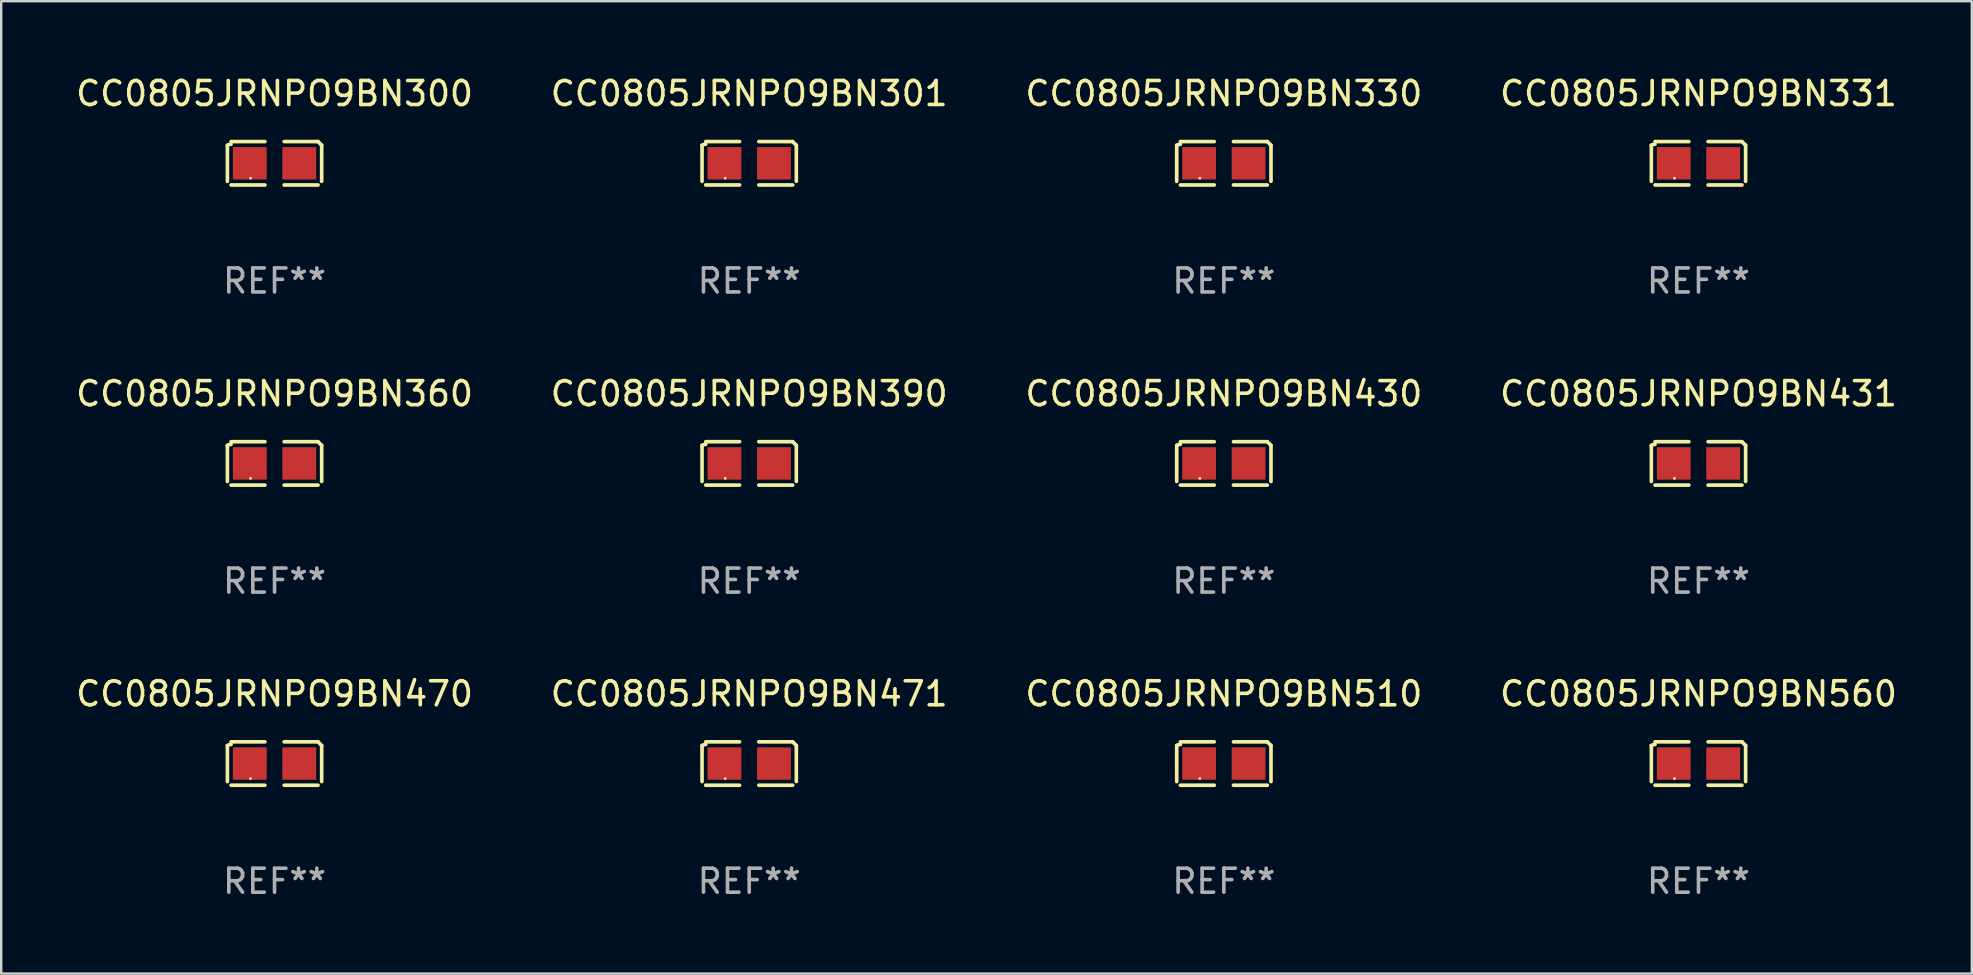
<source format=kicad_pcb>
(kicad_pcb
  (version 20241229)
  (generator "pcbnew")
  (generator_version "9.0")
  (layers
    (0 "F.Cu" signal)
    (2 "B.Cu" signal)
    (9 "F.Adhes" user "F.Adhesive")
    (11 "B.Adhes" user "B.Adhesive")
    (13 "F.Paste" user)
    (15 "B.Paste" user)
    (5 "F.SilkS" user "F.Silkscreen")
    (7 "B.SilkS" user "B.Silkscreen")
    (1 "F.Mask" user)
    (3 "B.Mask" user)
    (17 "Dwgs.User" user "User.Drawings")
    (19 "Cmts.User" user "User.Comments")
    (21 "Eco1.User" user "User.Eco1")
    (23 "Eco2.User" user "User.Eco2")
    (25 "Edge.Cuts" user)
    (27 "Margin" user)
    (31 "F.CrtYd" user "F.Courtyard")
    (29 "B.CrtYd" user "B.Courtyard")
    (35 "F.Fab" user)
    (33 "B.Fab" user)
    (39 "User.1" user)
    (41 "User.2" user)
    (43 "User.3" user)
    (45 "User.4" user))
  (footprint "CC0805JRNPO9BN360"
    (layer "F.Cu")
    (at 8.387 16.256)
    (property "Reference" "CC0805JRNPO9BN360" (at 0 -2.904 0) (layer "F.SilkS") (effects (font (size 1 1) (thickness 0.15))))
    (attr through_hole)
    (fp_line (start -1.964 0.751) (end -1.964 -0.751) (stroke (width 0.152) (type solid)) (layer "F.SilkS"))
    (fp_line (start -1.811 -0.904) (end -0.401 -0.904) (stroke (width 0.152) (type solid)) (layer "F.SilkS"))
    (fp_line (start -0.401 0.904) (end -1.811 0.904) (stroke (width 0.152) (type solid)) (layer "F.SilkS"))
    (fp_line (start 0.401 0.904) (end 1.811 0.904) (stroke (width 0.152) (type solid)) (layer "F.SilkS"))
    (fp_line (start 1.811 -0.904) (end 0.401 -0.904) (stroke (width 0.152) (type solid)) (layer "F.SilkS"))
    (fp_line (start 1.964 0.751) (end 1.964 -0.751) (stroke (width 0.152) (type solid)) (layer "F.SilkS"))
    (fp_arc (start -1.963602 -0.751207) (mid -1.890354 -0.783131) (end -1.811201 -0.794044) (stroke (width 0.1524) (type solid)) (layer "F.SilkS"))
    (fp_arc (start 1.811202 -0.903607) (mid 1.887413 -0.827418) (end 1.963602 -0.751207) (stroke (width 0.1524) (type solid)) (layer "F.SilkS"))
    (fp_circle (center -1 0.625) (end -0.97 0.625) (stroke (width 0.06) (type solid)) (fill no) (layer "F.SilkS"))
    (fp_text user "REF**" (at 0 4.904 0) (layer "F.Fab") (effects (font (size 1 1) (thickness 0.15))))
    (pad "1" smd rect (at -1.03 0) (size 1.41 1.35) (layers "F.Cu" "F.Mask" "F.Paste"))
    (pad "2" smd rect (at 1.03 0) (size 1.41 1.35) (layers "F.Cu" "F.Mask" "F.Paste")))
  (footprint "CC0805JRNPO9BN471"
    (layer "F.Cu")
    (at 28.161 28.759)
    (property "Reference" "CC0805JRNPO9BN471" (at 0 -2.904 0) (layer "F.SilkS") (effects (font (size 1 1) (thickness 0.15))))
    (attr through_hole)
    (fp_line (start -1.964 0.751) (end -1.964 -0.751) (stroke (width 0.152) (type solid)) (layer "F.SilkS"))
    (fp_line (start -1.811 -0.904) (end -0.401 -0.904) (stroke (width 0.152) (type solid)) (layer "F.SilkS"))
    (fp_line (start -0.401 0.904) (end -1.811 0.904) (stroke (width 0.152) (type solid)) (layer "F.SilkS"))
    (fp_line (start 0.401 0.904) (end 1.811 0.904) (stroke (width 0.152) (type solid)) (layer "F.SilkS"))
    (fp_line (start 1.811 -0.904) (end 0.401 -0.904) (stroke (width 0.152) (type solid)) (layer "F.SilkS"))
    (fp_line (start 1.964 0.751) (end 1.964 -0.751) (stroke (width 0.152) (type solid)) (layer "F.SilkS"))
    (fp_arc (start -1.963602 -0.751207) (mid -1.890354 -0.783131) (end -1.811201 -0.794044) (stroke (width 0.1524) (type solid)) (layer "F.SilkS"))
    (fp_arc (start 1.811202 -0.903607) (mid 1.887413 -0.827418) (end 1.963602 -0.751207) (stroke (width 0.1524) (type solid)) (layer "F.SilkS"))
    (fp_circle (center -1 0.625) (end -0.97 0.625) (stroke (width 0.06) (type solid)) (fill no) (layer "F.SilkS"))
    (fp_text user "REF**" (at 0 4.904 0) (layer "F.Fab") (effects (font (size 1 1) (thickness 0.15))))
    (pad "1" smd rect (at -1.03 0) (size 1.41 1.35) (layers "F.Cu" "F.Mask" "F.Paste"))
    (pad "2" smd rect (at 1.03 0) (size 1.41 1.35) (layers "F.Cu" "F.Mask" "F.Paste")))
  (footprint "CC0805JRNPO9BN470"
    (layer "F.Cu")
    (at 8.387 28.759)
    (property "Reference" "CC0805JRNPO9BN470" (at 0 -2.904 0) (layer "F.SilkS") (effects (font (size 1 1) (thickness 0.15))))
    (attr through_hole)
    (fp_line (start -1.964 0.751) (end -1.964 -0.751) (stroke (width 0.152) (type solid)) (layer "F.SilkS"))
    (fp_line (start -1.811 -0.904) (end -0.401 -0.904) (stroke (width 0.152) (type solid)) (layer "F.SilkS"))
    (fp_line (start -0.401 0.904) (end -1.811 0.904) (stroke (width 0.152) (type solid)) (layer "F.SilkS"))
    (fp_line (start 0.401 0.904) (end 1.811 0.904) (stroke (width 0.152) (type solid)) (layer "F.SilkS"))
    (fp_line (start 1.811 -0.904) (end 0.401 -0.904) (stroke (width 0.152) (type solid)) (layer "F.SilkS"))
    (fp_line (start 1.964 0.751) (end 1.964 -0.751) (stroke (width 0.152) (type solid)) (layer "F.SilkS"))
    (fp_arc (start -1.963602 -0.751207) (mid -1.890354 -0.783131) (end -1.811201 -0.794044) (stroke (width 0.1524) (type solid)) (layer "F.SilkS"))
    (fp_arc (start 1.811202 -0.903607) (mid 1.887413 -0.827418) (end 1.963602 -0.751207) (stroke (width 0.1524) (type solid)) (layer "F.SilkS"))
    (fp_circle (center -1 0.625) (end -0.97 0.625) (stroke (width 0.06) (type solid)) (fill no) (layer "F.SilkS"))
    (fp_text user "REF**" (at 0 4.904 0) (layer "F.Fab") (effects (font (size 1 1) (thickness 0.15))))
    (pad "1" smd rect (at -1.03 0) (size 1.41 1.35) (layers "F.Cu" "F.Mask" "F.Paste"))
    (pad "2" smd rect (at 1.03 0) (size 1.41 1.35) (layers "F.Cu" "F.Mask" "F.Paste")))
  (footprint "CC0805JRNPO9BN331"
    (layer "F.Cu")
    (at 67.708 3.752)
    (property "Reference" "CC0805JRNPO9BN331" (at 0 -2.904 0) (layer "F.SilkS") (effects (font (size 1 1) (thickness 0.15))))
    (attr through_hole)
    (fp_line (start -1.964 0.751) (end -1.964 -0.751) (stroke (width 0.152) (type solid)) (layer "F.SilkS"))
    (fp_line (start -1.811 -0.904) (end -0.401 -0.904) (stroke (width 0.152) (type solid)) (layer "F.SilkS"))
    (fp_line (start -0.401 0.904) (end -1.811 0.904) (stroke (width 0.152) (type solid)) (layer "F.SilkS"))
    (fp_line (start 0.401 0.904) (end 1.811 0.904) (stroke (width 0.152) (type solid)) (layer "F.SilkS"))
    (fp_line (start 1.811 -0.904) (end 0.401 -0.904) (stroke (width 0.152) (type solid)) (layer "F.SilkS"))
    (fp_line (start 1.964 0.751) (end 1.964 -0.751) (stroke (width 0.152) (type solid)) (layer "F.SilkS"))
    (fp_arc (start -1.963602 -0.751207) (mid -1.890354 -0.783131) (end -1.811201 -0.794044) (stroke (width 0.1524) (type solid)) (layer "F.SilkS"))
    (fp_arc (start 1.811202 -0.903607) (mid 1.887413 -0.827418) (end 1.963602 -0.751207) (stroke (width 0.1524) (type solid)) (layer "F.SilkS"))
    (fp_circle (center -1 0.625) (end -0.97 0.625) (stroke (width 0.06) (type solid)) (fill no) (layer "F.SilkS"))
    (fp_text user "REF**" (at 0 4.904 0) (layer "F.Fab") (effects (font (size 1 1) (thickness 0.15))))
    (pad "1" smd rect (at -1.03 0) (size 1.41 1.35) (layers "F.Cu" "F.Mask" "F.Paste"))
    (pad "2" smd rect (at 1.03 0) (size 1.41 1.35) (layers "F.Cu" "F.Mask" "F.Paste")))
  (footprint "CC0805JRNPO9BN390"
    (layer "F.Cu")
    (at 28.161 16.256)
    (property "Reference" "CC0805JRNPO9BN390" (at 0 -2.904 0) (layer "F.SilkS") (effects (font (size 1 1) (thickness 0.15))))
    (attr through_hole)
    (fp_line (start -1.964 0.751) (end -1.964 -0.751) (stroke (width 0.152) (type solid)) (layer "F.SilkS"))
    (fp_line (start -1.811 -0.904) (end -0.401 -0.904) (stroke (width 0.152) (type solid)) (layer "F.SilkS"))
    (fp_line (start -0.401 0.904) (end -1.811 0.904) (stroke (width 0.152) (type solid)) (layer "F.SilkS"))
    (fp_line (start 0.401 0.904) (end 1.811 0.904) (stroke (width 0.152) (type solid)) (layer "F.SilkS"))
    (fp_line (start 1.811 -0.904) (end 0.401 -0.904) (stroke (width 0.152) (type solid)) (layer "F.SilkS"))
    (fp_line (start 1.964 0.751) (end 1.964 -0.751) (stroke (width 0.152) (type solid)) (layer "F.SilkS"))
    (fp_arc (start -1.963602 -0.751207) (mid -1.890354 -0.783131) (end -1.811201 -0.794044) (stroke (width 0.1524) (type solid)) (layer "F.SilkS"))
    (fp_arc (start 1.811202 -0.903607) (mid 1.887413 -0.827418) (end 1.963602 -0.751207) (stroke (width 0.1524) (type solid)) (layer "F.SilkS"))
    (fp_circle (center -1 0.625) (end -0.97 0.625) (stroke (width 0.06) (type solid)) (fill no) (layer "F.SilkS"))
    (fp_text user "REF**" (at 0 4.904 0) (layer "F.Fab") (effects (font (size 1 1) (thickness 0.15))))
    (pad "1" smd rect (at -1.03 0) (size 1.41 1.35) (layers "F.Cu" "F.Mask" "F.Paste"))
    (pad "2" smd rect (at 1.03 0) (size 1.41 1.35) (layers "F.Cu" "F.Mask" "F.Paste")))
  (footprint "CC0805JRNPO9BN431"
    (layer "F.Cu")
    (at 67.708 16.256)
    (property "Reference" "CC0805JRNPO9BN431" (at 0 -2.904 0) (layer "F.SilkS") (effects (font (size 1 1) (thickness 0.15))))
    (attr through_hole)
    (fp_line (start -1.964 0.751) (end -1.964 -0.751) (stroke (width 0.152) (type solid)) (layer "F.SilkS"))
    (fp_line (start -1.811 -0.904) (end -0.401 -0.904) (stroke (width 0.152) (type solid)) (layer "F.SilkS"))
    (fp_line (start -0.401 0.904) (end -1.811 0.904) (stroke (width 0.152) (type solid)) (layer "F.SilkS"))
    (fp_line (start 0.401 0.904) (end 1.811 0.904) (stroke (width 0.152) (type solid)) (layer "F.SilkS"))
    (fp_line (start 1.811 -0.904) (end 0.401 -0.904) (stroke (width 0.152) (type solid)) (layer "F.SilkS"))
    (fp_line (start 1.964 0.751) (end 1.964 -0.751) (stroke (width 0.152) (type solid)) (layer "F.SilkS"))
    (fp_arc (start -1.963602 -0.751207) (mid -1.890354 -0.783131) (end -1.811201 -0.794044) (stroke (width 0.1524) (type solid)) (layer "F.SilkS"))
    (fp_arc (start 1.811202 -0.903607) (mid 1.887413 -0.827418) (end 1.963602 -0.751207) (stroke (width 0.1524) (type solid)) (layer "F.SilkS"))
    (fp_circle (center -1 0.625) (end -0.97 0.625) (stroke (width 0.06) (type solid)) (fill no) (layer "F.SilkS"))
    (fp_text user "REF**" (at 0 4.904 0) (layer "F.Fab") (effects (font (size 1 1) (thickness 0.15))))
    (pad "1" smd rect (at -1.03 0) (size 1.41 1.35) (layers "F.Cu" "F.Mask" "F.Paste"))
    (pad "2" smd rect (at 1.03 0) (size 1.41 1.35) (layers "F.Cu" "F.Mask" "F.Paste")))
  (footprint "CC0805JRNPO9BN301"
    (layer "F.Cu")
    (at 28.161 3.752)
    (property "Reference" "CC0805JRNPO9BN301" (at 0 -2.904 0) (layer "F.SilkS") (effects (font (size 1 1) (thickness 0.15))))
    (attr through_hole)
    (fp_line (start -1.964 0.751) (end -1.964 -0.751) (stroke (width 0.152) (type solid)) (layer "F.SilkS"))
    (fp_line (start -1.811 -0.904) (end -0.401 -0.904) (stroke (width 0.152) (type solid)) (layer "F.SilkS"))
    (fp_line (start -0.401 0.904) (end -1.811 0.904) (stroke (width 0.152) (type solid)) (layer "F.SilkS"))
    (fp_line (start 0.401 0.904) (end 1.811 0.904) (stroke (width 0.152) (type solid)) (layer "F.SilkS"))
    (fp_line (start 1.811 -0.904) (end 0.401 -0.904) (stroke (width 0.152) (type solid)) (layer "F.SilkS"))
    (fp_line (start 1.964 0.751) (end 1.964 -0.751) (stroke (width 0.152) (type solid)) (layer "F.SilkS"))
    (fp_arc (start -1.963602 -0.751207) (mid -1.890354 -0.783131) (end -1.811201 -0.794044) (stroke (width 0.1524) (type solid)) (layer "F.SilkS"))
    (fp_arc (start 1.811202 -0.903607) (mid 1.887413 -0.827418) (end 1.963602 -0.751207) (stroke (width 0.1524) (type solid)) (layer "F.SilkS"))
    (fp_circle (center -1 0.625) (end -0.97 0.625) (stroke (width 0.06) (type solid)) (fill no) (layer "F.SilkS"))
    (fp_text user "REF**" (at 0 4.904 0) (layer "F.Fab") (effects (font (size 1 1) (thickness 0.15))))
    (pad "1" smd rect (at -1.03 0) (size 1.41 1.35) (layers "F.Cu" "F.Mask" "F.Paste"))
    (pad "2" smd rect (at 1.03 0) (size 1.41 1.35) (layers "F.Cu" "F.Mask" "F.Paste")))
  (footprint "CC0805JRNPO9BN330"
    (layer "F.Cu")
    (at 47.935 3.752)
    (property "Reference" "CC0805JRNPO9BN330" (at 0 -2.904 0) (layer "F.SilkS") (effects (font (size 1 1) (thickness 0.15))))
    (attr through_hole)
    (fp_line (start -1.964 0.751) (end -1.964 -0.751) (stroke (width 0.152) (type solid)) (layer "F.SilkS"))
    (fp_line (start -1.811 -0.904) (end -0.401 -0.904) (stroke (width 0.152) (type solid)) (layer "F.SilkS"))
    (fp_line (start -0.401 0.904) (end -1.811 0.904) (stroke (width 0.152) (type solid)) (layer "F.SilkS"))
    (fp_line (start 0.401 0.904) (end 1.811 0.904) (stroke (width 0.152) (type solid)) (layer "F.SilkS"))
    (fp_line (start 1.811 -0.904) (end 0.401 -0.904) (stroke (width 0.152) (type solid)) (layer "F.SilkS"))
    (fp_line (start 1.964 0.751) (end 1.964 -0.751) (stroke (width 0.152) (type solid)) (layer "F.SilkS"))
    (fp_arc (start -1.963602 -0.751207) (mid -1.890354 -0.783131) (end -1.811201 -0.794044) (stroke (width 0.1524) (type solid)) (layer "F.SilkS"))
    (fp_arc (start 1.811202 -0.903607) (mid 1.887413 -0.827418) (end 1.963602 -0.751207) (stroke (width 0.1524) (type solid)) (layer "F.SilkS"))
    (fp_circle (center -1 0.625) (end -0.97 0.625) (stroke (width 0.06) (type solid)) (fill no) (layer "F.SilkS"))
    (fp_text user "REF**" (at 0 4.904 0) (layer "F.Fab") (effects (font (size 1 1) (thickness 0.15))))
    (pad "1" smd rect (at -1.03 0) (size 1.41 1.35) (layers "F.Cu" "F.Mask" "F.Paste"))
    (pad "2" smd rect (at 1.03 0) (size 1.41 1.35) (layers "F.Cu" "F.Mask" "F.Paste")))
  (footprint "CC0805JRNPO9BN430"
    (layer "F.Cu")
    (at 47.935 16.256)
    (property "Reference" "CC0805JRNPO9BN430" (at 0 -2.904 0) (layer "F.SilkS") (effects (font (size 1 1) (thickness 0.15))))
    (attr through_hole)
    (fp_line (start -1.964 0.751) (end -1.964 -0.751) (stroke (width 0.152) (type solid)) (layer "F.SilkS"))
    (fp_line (start -1.811 -0.904) (end -0.401 -0.904) (stroke (width 0.152) (type solid)) (layer "F.SilkS"))
    (fp_line (start -0.401 0.904) (end -1.811 0.904) (stroke (width 0.152) (type solid)) (layer "F.SilkS"))
    (fp_line (start 0.401 0.904) (end 1.811 0.904) (stroke (width 0.152) (type solid)) (layer "F.SilkS"))
    (fp_line (start 1.811 -0.904) (end 0.401 -0.904) (stroke (width 0.152) (type solid)) (layer "F.SilkS"))
    (fp_line (start 1.964 0.751) (end 1.964 -0.751) (stroke (width 0.152) (type solid)) (layer "F.SilkS"))
    (fp_arc (start -1.963602 -0.751207) (mid -1.890354 -0.783131) (end -1.811201 -0.794044) (stroke (width 0.1524) (type solid)) (layer "F.SilkS"))
    (fp_arc (start 1.811202 -0.903607) (mid 1.887413 -0.827418) (end 1.963602 -0.751207) (stroke (width 0.1524) (type solid)) (layer "F.SilkS"))
    (fp_circle (center -1 0.625) (end -0.97 0.625) (stroke (width 0.06) (type solid)) (fill no) (layer "F.SilkS"))
    (fp_text user "REF**" (at 0 4.904 0) (layer "F.Fab") (effects (font (size 1 1) (thickness 0.15))))
    (pad "1" smd rect (at -1.03 0) (size 1.41 1.35) (layers "F.Cu" "F.Mask" "F.Paste"))
    (pad "2" smd rect (at 1.03 0) (size 1.41 1.35) (layers "F.Cu" "F.Mask" "F.Paste")))
  (footprint "CC0805JRNPO9BN510"
    (layer "F.Cu")
    (at 47.935 28.759)
    (property "Reference" "CC0805JRNPO9BN510" (at 0 -2.904 0) (layer "F.SilkS") (effects (font (size 1 1) (thickness 0.15))))
    (attr through_hole)
    (fp_line (start -1.964 0.751) (end -1.964 -0.751) (stroke (width 0.152) (type solid)) (layer "F.SilkS"))
    (fp_line (start -1.811 -0.904) (end -0.401 -0.904) (stroke (width 0.152) (type solid)) (layer "F.SilkS"))
    (fp_line (start -0.401 0.904) (end -1.811 0.904) (stroke (width 0.152) (type solid)) (layer "F.SilkS"))
    (fp_line (start 0.401 0.904) (end 1.811 0.904) (stroke (width 0.152) (type solid)) (layer "F.SilkS"))
    (fp_line (start 1.811 -0.904) (end 0.401 -0.904) (stroke (width 0.152) (type solid)) (layer "F.SilkS"))
    (fp_line (start 1.964 0.751) (end 1.964 -0.751) (stroke (width 0.152) (type solid)) (layer "F.SilkS"))
    (fp_arc (start -1.963602 -0.751207) (mid -1.890354 -0.783131) (end -1.811201 -0.794044) (stroke (width 0.1524) (type solid)) (layer "F.SilkS"))
    (fp_arc (start 1.811202 -0.903607) (mid 1.887413 -0.827418) (end 1.963602 -0.751207) (stroke (width 0.1524) (type solid)) (layer "F.SilkS"))
    (fp_circle (center -1 0.625) (end -0.97 0.625) (stroke (width 0.06) (type solid)) (fill no) (layer "F.SilkS"))
    (fp_text user "REF**" (at 0 4.904 0) (layer "F.Fab") (effects (font (size 1 1) (thickness 0.15))))
    (pad "1" smd rect (at -1.03 0) (size 1.41 1.35) (layers "F.Cu" "F.Mask" "F.Paste"))
    (pad "2" smd rect (at 1.03 0) (size 1.41 1.35) (layers "F.Cu" "F.Mask" "F.Paste")))
  (footprint "CC0805JRNPO9BN300"
    (layer "F.Cu")
    (at 8.387 3.752)
    (property "Reference" "CC0805JRNPO9BN300" (at 0 -2.904 0) (layer "F.SilkS") (effects (font (size 1 1) (thickness 0.15))))
    (attr through_hole)
    (fp_line (start -1.964 0.751) (end -1.964 -0.751) (stroke (width 0.152) (type solid)) (layer "F.SilkS"))
    (fp_line (start -1.811 -0.904) (end -0.401 -0.904) (stroke (width 0.152) (type solid)) (layer "F.SilkS"))
    (fp_line (start -0.401 0.904) (end -1.811 0.904) (stroke (width 0.152) (type solid)) (layer "F.SilkS"))
    (fp_line (start 0.401 0.904) (end 1.811 0.904) (stroke (width 0.152) (type solid)) (layer "F.SilkS"))
    (fp_line (start 1.811 -0.904) (end 0.401 -0.904) (stroke (width 0.152) (type solid)) (layer "F.SilkS"))
    (fp_line (start 1.964 0.751) (end 1.964 -0.751) (stroke (width 0.152) (type solid)) (layer "F.SilkS"))
    (fp_arc (start -1.963602 -0.751207) (mid -1.890354 -0.783131) (end -1.811201 -0.794044) (stroke (width 0.1524) (type solid)) (layer "F.SilkS"))
    (fp_arc (start 1.811202 -0.903607) (mid 1.887413 -0.827418) (end 1.963602 -0.751207) (stroke (width 0.1524) (type solid)) (layer "F.SilkS"))
    (fp_circle (center -1 0.625) (end -0.97 0.625) (stroke (width 0.06) (type solid)) (fill no) (layer "F.SilkS"))
    (fp_text user "REF**" (at 0 4.904 0) (layer "F.Fab") (effects (font (size 1 1) (thickness 0.15))))
    (pad "1" smd rect (at -1.03 0) (size 1.41 1.35) (layers "F.Cu" "F.Mask" "F.Paste"))
    (pad "2" smd rect (at 1.03 0) (size 1.41 1.35) (layers "F.Cu" "F.Mask" "F.Paste")))
  (footprint "CC0805JRNPO9BN560"
    (layer "F.Cu")
    (at 67.708 28.759)
    (property "Reference" "CC0805JRNPO9BN560" (at 0 -2.904 0) (layer "F.SilkS") (effects (font (size 1 1) (thickness 0.15))))
    (attr through_hole)
    (fp_line (start -1.964 0.751) (end -1.964 -0.751) (stroke (width 0.152) (type solid)) (layer "F.SilkS"))
    (fp_line (start -1.811 -0.904) (end -0.401 -0.904) (stroke (width 0.152) (type solid)) (layer "F.SilkS"))
    (fp_line (start -0.401 0.904) (end -1.811 0.904) (stroke (width 0.152) (type solid)) (layer "F.SilkS"))
    (fp_line (start 0.401 0.904) (end 1.811 0.904) (stroke (width 0.152) (type solid)) (layer "F.SilkS"))
    (fp_line (start 1.811 -0.904) (end 0.401 -0.904) (stroke (width 0.152) (type solid)) (layer "F.SilkS"))
    (fp_line (start 1.964 0.751) (end 1.964 -0.751) (stroke (width 0.152) (type solid)) (layer "F.SilkS"))
    (fp_arc (start -1.963602 -0.751207) (mid -1.890354 -0.783131) (end -1.811201 -0.794044) (stroke (width 0.1524) (type solid)) (layer "F.SilkS"))
    (fp_arc (start 1.811202 -0.903607) (mid 1.887413 -0.827418) (end 1.963602 -0.751207) (stroke (width 0.1524) (type solid)) (layer "F.SilkS"))
    (fp_circle (center -1 0.625) (end -0.97 0.625) (stroke (width 0.06) (type solid)) (fill no) (layer "F.SilkS"))
    (fp_text user "REF**" (at 0 4.904 0) (layer "F.Fab") (effects (font (size 1 1) (thickness 0.15))))
    (pad "1" smd rect (at -1.03 0) (size 1.41 1.35) (layers "F.Cu" "F.Mask" "F.Paste"))
    (pad "2" smd rect (at 1.03 0) (size 1.41 1.35) (layers "F.Cu" "F.Mask" "F.Paste")))
  (gr_rect
    (start -3 -3)
    (end 79.095 37.511)
    (stroke (width 0.1) (type default))
    (fill no)
    (layer "Edge.Cuts")))
</source>
